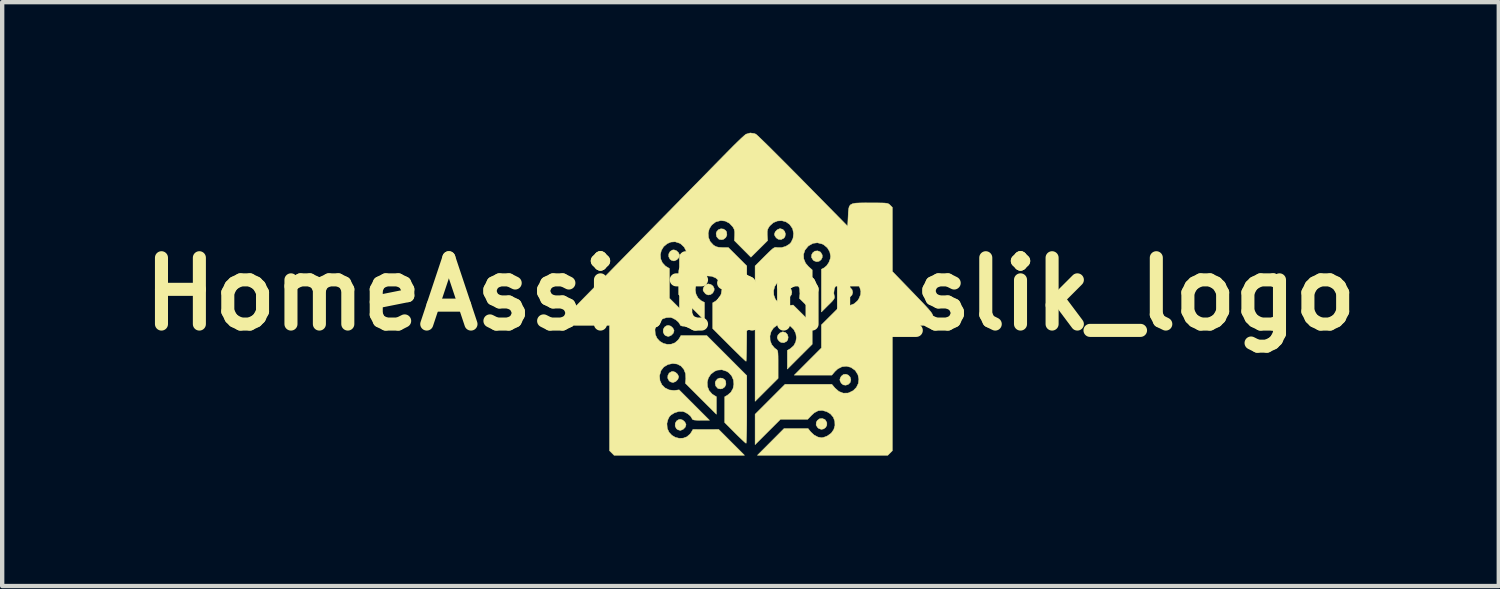
<source format=kicad_pcb>
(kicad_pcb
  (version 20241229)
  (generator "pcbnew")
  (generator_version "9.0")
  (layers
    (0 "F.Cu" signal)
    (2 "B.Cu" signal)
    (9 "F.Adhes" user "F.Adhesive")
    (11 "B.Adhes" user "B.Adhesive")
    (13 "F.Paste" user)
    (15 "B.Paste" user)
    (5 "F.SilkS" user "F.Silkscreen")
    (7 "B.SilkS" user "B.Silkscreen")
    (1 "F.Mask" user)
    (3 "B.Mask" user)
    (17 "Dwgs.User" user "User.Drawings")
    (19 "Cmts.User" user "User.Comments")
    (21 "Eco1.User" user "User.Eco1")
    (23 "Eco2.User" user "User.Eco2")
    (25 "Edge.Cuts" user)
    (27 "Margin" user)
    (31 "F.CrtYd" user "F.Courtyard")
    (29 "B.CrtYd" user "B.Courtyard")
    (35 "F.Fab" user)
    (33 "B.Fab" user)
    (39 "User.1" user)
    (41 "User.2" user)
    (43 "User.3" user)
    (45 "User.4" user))
  (footprint "HomeAssistant_slik_logo"
    (layer "F.Cu")
    (at 14.195 3.707)
    (property "Reference" "HomeAssistant_slik_logo" (at 0 0 0) (layer "F.SilkS") (effects (font (size 1.524 1.524) (thickness 0.3))))
    (attr through_hole)
    (fp_poly (pts (xy -0.64 1.936) (xy -0.589 1.971) (xy -0.57 2.003) (xy -0.564 2.072) (xy -0.59 2.131) (xy -0.642 2.171) (xy -0.688 2.18) (xy -0.735 2.172) (xy -0.754 2.164) (xy -0.799 2.111) (xy -0.812 2.044) (xy -0.801 2.001) (xy -0.759 1.951) (xy -0.701 1.929) (xy -0.64 1.936)) (stroke (width 0.01) (type solid)) (fill yes) (layer "F.SilkS"))
    (fp_poly (pts (xy -0.618 -1.493) (xy -0.568 -1.458) (xy -0.549 -1.426) (xy -0.542 -1.357) (xy -0.569 -1.298) (xy -0.621 -1.258) (xy -0.667 -1.249) (xy -0.714 -1.257) (xy -0.732 -1.265) (xy -0.777 -1.318) (xy -0.79 -1.385) (xy -0.78 -1.428) (xy -0.738 -1.478) (xy -0.679 -1.5) (xy -0.618 -1.493)) (stroke (width 0.01) (type solid)) (fill yes) (layer "F.SilkS"))
    (fp_poly (pts (xy 0.744 -1.485) (xy 0.785 -1.44) (xy 0.803 -1.381) (xy 0.792 -1.32) (xy 0.766 -1.284) (xy 0.703 -1.252) (xy 0.638 -1.26) (xy 0.593 -1.291) (xy 0.561 -1.337) (xy 0.55 -1.376) (xy 0.569 -1.43) (xy 0.614 -1.477) (xy 0.67 -1.502) (xy 0.685 -1.503) (xy 0.744 -1.485)) (stroke (width 0.01) (type solid)) (fill yes) (layer "F.SilkS"))
    (fp_poly (pts (xy 0.808 0.886) (xy 0.849 0.931) (xy 0.866 0.99) (xy 0.856 1.05) (xy 0.829 1.087) (xy 0.767 1.118) (xy 0.701 1.111) (xy 0.656 1.079) (xy 0.624 1.033) (xy 0.614 0.995) (xy 0.632 0.941) (xy 0.677 0.894) (xy 0.734 0.869) (xy 0.748 0.868) (xy 0.808 0.886)) (stroke (width 0.01) (type solid)) (fill yes) (layer "F.SilkS"))
    (fp_poly (pts (xy 0.892 -0.151) (xy 0.933 -0.106) (xy 0.951 -0.047) (xy 0.94 0.013) (xy 0.914 0.05) (xy 0.852 0.081) (xy 0.786 0.073) (xy 0.741 0.042) (xy 0.709 -0.004) (xy 0.699 -0.042) (xy 0.717 -0.096) (xy 0.762 -0.143) (xy 0.819 -0.168) (xy 0.833 -0.169) (xy 0.892 -0.151)) (stroke (width 0.01) (type solid)) (fill yes) (layer "F.SilkS"))
    (fp_poly (pts (xy 1.601 -0.97) (xy 1.616 -0.956) (xy 1.649 -0.897) (xy 1.648 -0.838) (xy 1.621 -0.788) (xy 1.576 -0.754) (xy 1.521 -0.744) (xy 1.462 -0.764) (xy 1.439 -0.783) (xy 1.402 -0.842) (xy 1.406 -0.904) (xy 1.43 -0.948) (xy 1.479 -0.986) (xy 1.542 -0.993) (xy 1.601 -0.97)) (stroke (width 0.01) (type solid)) (fill yes) (layer "F.SilkS"))
    (fp_poly (pts (xy 1.707 2.882) (xy 1.722 2.896) (xy 1.755 2.956) (xy 1.754 3.014) (xy 1.727 3.064) (xy 1.682 3.098) (xy 1.627 3.109) (xy 1.568 3.088) (xy 1.545 3.069) (xy 1.508 3.011) (xy 1.512 2.948) (xy 1.536 2.905) (xy 1.585 2.867) (xy 1.648 2.859) (xy 1.707 2.882)) (stroke (width 0.01) (type solid)) (fill yes) (layer "F.SilkS"))
    (fp_poly (pts (xy -1.832 0.737) (xy -1.784 0.78) (xy -1.758 0.833) (xy -1.757 0.847) (xy -1.775 0.901) (xy -1.82 0.947) (xy -1.877 0.972) (xy -1.891 0.974) (xy -1.944 0.958) (xy -1.976 0.935) (xy -2.006 0.875) (xy -2.004 0.812) (xy -1.974 0.758) (xy -1.922 0.725) (xy -1.887 0.72) (xy -1.832 0.737)) (stroke (width 0.01) (type solid)) (fill yes) (layer "F.SilkS"))
    (fp_poly (pts (xy -1.727 1.796) (xy -1.678 1.839) (xy -1.652 1.892) (xy -1.651 1.905) (xy -1.669 1.959) (xy -1.714 2.006) (xy -1.771 2.031) (xy -1.785 2.032) (xy -1.839 2.017) (xy -1.87 1.993) (xy -1.901 1.934) (xy -1.898 1.871) (xy -1.869 1.816) (xy -1.816 1.783) (xy -1.782 1.778) (xy -1.727 1.796)) (stroke (width 0.01) (type solid)) (fill yes) (layer "F.SilkS"))
    (fp_poly (pts (xy -1.705 -0.998) (xy -1.657 -0.955) (xy -1.631 -0.902) (xy -1.63 -0.889) (xy -1.648 -0.835) (xy -1.693 -0.788) (xy -1.75 -0.763) (xy -1.764 -0.762) (xy -1.817 -0.777) (xy -1.849 -0.801) (xy -1.879 -0.86) (xy -1.877 -0.923) (xy -1.847 -0.978) (xy -1.795 -1.011) (xy -1.76 -1.016) (xy -1.705 -0.998)) (stroke (width 0.01) (type solid)) (fill yes) (layer "F.SilkS"))
    (fp_poly (pts (xy -1.557 2.896) (xy -1.509 2.939) (xy -1.483 2.992) (xy -1.482 3.006) (xy -1.5 3.06) (xy -1.545 3.106) (xy -1.602 3.131) (xy -1.616 3.133) (xy -1.669 3.117) (xy -1.701 3.094) (xy -1.731 3.034) (xy -1.729 2.971) (xy -1.699 2.917) (xy -1.647 2.884) (xy -1.612 2.879) (xy -1.557 2.896)) (stroke (width 0.01) (type solid)) (fill yes) (layer "F.SilkS"))
    (fp_poly (pts (xy 2.248 1.863) (xy 2.29 1.908) (xy 2.307 1.972) (xy 2.307 1.972) (xy 2.29 2.033) (xy 2.247 2.075) (xy 2.19 2.094) (xy 2.131 2.086) (xy 2.086 2.048) (xy 2.061 2.001) (xy 2.053 1.968) (xy 2.065 1.927) (xy 2.086 1.889) (xy 2.135 1.849) (xy 2.193 1.842) (xy 2.248 1.863)) (stroke (width 0.01) (type solid)) (fill yes) (layer "F.SilkS"))
    (fp_poly (pts (xy 2.291 -0.148) (xy 2.333 -0.103) (xy 2.349 -0.039) (xy 2.349 -0.039) (xy 2.332 0.022) (xy 2.289 0.064) (xy 2.232 0.083) (xy 2.174 0.075) (xy 2.128 0.038) (xy 2.103 -0.01) (xy 2.095 -0.042) (xy 2.107 -0.084) (xy 2.128 -0.122) (xy 2.177 -0.162) (xy 2.235 -0.169) (xy 2.291 -0.148)) (stroke (width 0.01) (type solid)) (fill yes) (layer "F.SilkS"))
    (fp_poly (pts (xy -0.911 -0.22) (xy -0.862 -0.183) (xy -0.835 -0.13) (xy -0.835 -0.088) (xy -0.867 -0.025) (xy -0.917 0.012) (xy -0.975 0.021) (xy -1.03 -0.004) (xy -1.041 -0.016) (xy -1.073 -0.057) (xy -1.088 -0.079) (xy -1.089 -0.117) (xy -1.07 -0.166) (xy -1.039 -0.208) (xy -1.029 -0.217) (xy -0.971 -0.234) (xy -0.911 -0.22)) (stroke (width 0.01) (type solid)) (fill yes) (layer "F.SilkS"))
    (fp_poly (pts (xy 0.091 -3.688) (xy 0.123 -3.674) (xy 0.147 -3.655) (xy 0.198 -3.607) (xy 0.274 -3.534) (xy 0.372 -3.439) (xy 0.489 -3.323) (xy 0.622 -3.19) (xy 0.77 -3.042) (xy 0.93 -2.881) (xy 1.099 -2.711) (xy 1.206 -2.602) (xy 2.233 -1.559) (xy 2.244 -1.787) (xy 2.248 -1.885) (xy 2.256 -1.959) (xy 2.27 -2.014) (xy 2.298 -2.051) (xy 2.344 -2.075) (xy 2.413 -2.089) (xy 2.51 -2.094) (xy 2.641 -2.096) (xy 2.755 -2.095) (xy 2.894 -2.095) (xy 2.998 -2.094) (xy 3.072 -2.092) (xy 3.123 -2.087) (xy 3.156 -2.08) (xy 3.18 -2.068) (xy 3.199 -2.053) (xy 3.208 -2.044) (xy 3.26 -1.992) (xy 3.26 -1.255) (xy 3.261 -0.519) (xy 3.726 -0.038) (xy 3.856 0.097) (xy 3.959 0.204) (xy 4.039 0.289) (xy 4.098 0.355) (xy 4.14 0.405) (xy 4.167 0.443) (xy 4.182 0.472) (xy 4.189 0.496) (xy 4.191 0.519) (xy 4.178 0.59) (xy 4.135 0.652) (xy 4.129 0.658) (xy 4.067 0.72) (xy 3.26 0.72) (xy 3.26 2.16) (xy 3.26 3.6) (xy 3.156 3.704) (xy 0.159 3.704) (xy 0.466 3.397) (xy 0.772 3.09) (xy 1.047 3.09) (xy 1.323 3.09) (xy 1.384 3.167) (xy 1.46 3.238) (xy 1.55 3.286) (xy 1.633 3.302) (xy 1.681 3.293) (xy 1.744 3.27) (xy 1.767 3.26) (xy 1.856 3.196) (xy 1.914 3.113) (xy 1.941 3.019) (xy 1.937 2.922) (xy 1.903 2.83) (xy 1.838 2.753) (xy 1.754 2.702) (xy 1.649 2.673) (xy 1.556 2.68) (xy 1.467 2.727) (xy 1.403 2.785) (xy 1.313 2.879) (xy 0.688 2.879) (xy 0.397 3.169) (xy 0.106 3.46) (xy 0.106 2.762) (xy 0.45 2.418) (xy 0.794 2.074) (xy 1.869 2.074) (xy 1.941 2.159) (xy 2.031 2.238) (xy 2.131 2.277) (xy 2.237 2.275) (xy 2.262 2.268) (xy 2.361 2.219) (xy 2.434 2.145) (xy 2.478 2.054) (xy 2.49 1.954) (xy 2.469 1.854) (xy 2.413 1.763) (xy 2.4 1.749) (xy 2.308 1.684) (xy 2.207 1.658) (xy 2.104 1.669) (xy 2.006 1.718) (xy 1.941 1.778) (xy 1.869 1.863) (xy 1.006 1.863) (xy 1.318 1.55) (xy 1.63 1.238) (xy 1.63 0.708) (xy 1.859 0.48) (xy 2.087 0.252) (xy 2.175 0.266) (xy 2.282 0.263) (xy 2.381 0.224) (xy 2.462 0.153) (xy 2.496 0.098) (xy 2.531 0.01) (xy 2.536 -0.065) (xy 2.513 -0.146) (xy 2.496 -0.183) (xy 2.442 -0.257) (xy 2.363 -0.317) (xy 2.276 -0.354) (xy 2.228 -0.36) (xy 2.128 -0.341) (xy 2.04 -0.289) (xy 1.97 -0.213) (xy 1.926 -0.121) (xy 1.914 -0.022) (xy 1.923 0.03) (xy 1.93 0.063) (xy 1.928 0.091) (xy 1.912 0.122) (xy 1.878 0.164) (xy 1.819 0.224) (xy 1.786 0.256) (xy 1.63 0.412) (xy 1.63 -0.57) (xy 1.693 -0.603) (xy 1.753 -0.654) (xy 1.803 -0.73) (xy 1.835 -0.818) (xy 1.841 -0.872) (xy 1.821 -0.973) (xy 1.766 -1.064) (xy 1.684 -1.133) (xy 1.648 -1.151) (xy 1.537 -1.179) (xy 1.436 -1.166) (xy 1.34 -1.112) (xy 1.323 -1.098) (xy 1.252 -1.011) (xy 1.219 -0.912) (xy 1.224 -0.81) (xy 1.265 -0.71) (xy 1.332 -0.632) (xy 1.418 -0.555) (xy 1.418 -0.082) (xy 1.418 0.39) (xy 1.272 0.245) (xy 1.125 0.1) (xy 1.136 -0.008) (xy 1.129 -0.125) (xy 1.086 -0.221) (xy 1.005 -0.298) (xy 0.982 -0.312) (xy 0.88 -0.352) (xy 0.781 -0.352) (xy 0.699 -0.323) (xy 0.612 -0.258) (xy 0.556 -0.173) (xy 0.531 -0.077) (xy 0.536 0.023) (xy 0.571 0.118) (xy 0.638 0.198) (xy 0.699 0.239) (xy 0.768 0.264) (xy 0.847 0.267) (xy 0.877 0.264) (xy 0.981 0.252) (xy 1.2 0.469) (xy 1.418 0.687) (xy 1.418 0.921) (xy 1.418 1.154) (xy 1.132 1.439) (xy 0.847 1.724) (xy 0.847 1.295) (xy 0.917 1.254) (xy 0.994 1.186) (xy 1.04 1.1) (xy 1.056 1.003) (xy 1.041 0.904) (xy 0.995 0.814) (xy 0.921 0.74) (xy 0.897 0.725) (xy 0.795 0.685) (xy 0.697 0.685) (xy 0.614 0.714) (xy 0.529 0.778) (xy 0.473 0.864) (xy 0.447 0.962) (xy 0.451 1.064) (xy 0.486 1.159) (xy 0.552 1.239) (xy 0.581 1.261) (xy 0.602 1.275) (xy 0.616 1.292) (xy 0.626 1.318) (xy 0.631 1.361) (xy 0.634 1.427) (xy 0.635 1.523) (xy 0.635 1.617) (xy 0.635 1.937) (xy 0.37 2.201) (xy 0.106 2.465) (xy 0.106 -0.646) (xy 0.325 -0.865) (xy 0.41 -0.949) (xy 0.472 -1.008) (xy 0.516 -1.046) (xy 0.549 -1.066) (xy 0.576 -1.073) (xy 0.605 -1.071) (xy 0.622 -1.068) (xy 0.716 -1.068) (xy 0.813 -1.097) (xy 0.897 -1.149) (xy 0.934 -1.189) (xy 0.978 -1.284) (xy 0.99 -1.392) (xy 0.97 -1.496) (xy 0.963 -1.511) (xy 0.9 -1.601) (xy 0.816 -1.66) (xy 0.72 -1.686) (xy 0.621 -1.68) (xy 0.526 -1.642) (xy 0.445 -1.569) (xy 0.427 -1.545) (xy 0.397 -1.492) (xy 0.385 -1.437) (xy 0.385 -1.363) (xy 0.386 -1.35) (xy 0.394 -1.229) (xy 0.01 -0.847) (xy -0.18 -1.038) (xy -0.37 -1.229) (xy -0.364 -1.35) (xy -0.363 -1.43) (xy -0.375 -1.488) (xy -0.405 -1.543) (xy -0.406 -1.545) (xy -0.484 -1.628) (xy -0.579 -1.677) (xy -0.683 -1.689) (xy -0.788 -1.662) (xy -0.805 -1.654) (xy -0.891 -1.587) (xy -0.947 -1.5) (xy -0.972 -1.401) (xy -0.965 -1.3) (xy -0.925 -1.205) (xy -0.852 -1.126) (xy -0.844 -1.12) (xy -0.79 -1.089) (xy -0.728 -1.074) (xy -0.642 -1.069) (xy -0.641 -1.069) (xy -0.509 -1.069) (xy -0.297 -0.858) (xy -0.085 -0.646) (xy -0.085 0.449) (xy -0.085 0.66) (xy -0.086 0.858) (xy -0.087 1.038) (xy -0.089 1.197) (xy -0.091 1.331) (xy -0.094 1.436) (xy -0.097 1.508) (xy -0.1 1.542) (xy -0.101 1.545) (xy -0.12 1.531) (xy -0.164 1.49) (xy -0.23 1.428) (xy -0.312 1.347) (xy -0.408 1.253) (xy -0.492 1.169) (xy -0.868 0.793) (xy -0.868 0.497) (xy -0.868 0.201) (xy -0.805 0.165) (xy -0.726 0.097) (xy -0.675 0.003) (xy -0.656 -0.107) (xy -0.656 -0.108) (xy -0.675 -0.216) (xy -0.725 -0.305) (xy -0.799 -0.371) (xy -0.89 -0.409) (xy -0.99 -0.417) (xy -1.091 -0.39) (xy -1.143 -0.36) (xy -1.215 -0.286) (xy -1.256 -0.195) (xy -1.269 -0.096) (xy -1.252 0.001) (xy -1.207 0.087) (xy -1.135 0.152) (xy -1.123 0.158) (xy -1.058 0.192) (xy -1.058 0.603) (xy -1.355 0.307) (xy -1.651 0.011) (xy -1.651 -0.288) (xy -1.651 -0.406) (xy -1.649 -0.489) (xy -1.646 -0.544) (xy -1.638 -0.579) (xy -1.626 -0.6) (xy -1.608 -0.616) (xy -1.597 -0.623) (xy -1.52 -0.696) (xy -1.475 -0.787) (xy -1.461 -0.888) (xy -1.477 -0.988) (xy -1.523 -1.079) (xy -1.599 -1.151) (xy -1.63 -1.169) (xy -1.732 -1.202) (xy -1.83 -1.195) (xy -1.913 -1.159) (xy -1.996 -1.09) (xy -2.048 -1.003) (xy -2.071 -0.906) (xy -2.063 -0.808) (xy -2.024 -0.718) (xy -1.955 -0.644) (xy -1.933 -0.63) (xy -1.863 -0.588) (xy -1.863 0.095) (xy -1.54 0.418) (xy -1.218 0.741) (xy -1.412 0.741) (xy -1.504 0.74) (xy -1.563 0.736) (xy -1.596 0.728) (xy -1.613 0.713) (xy -1.619 0.699) (xy -1.654 0.645) (xy -1.715 0.592) (xy -1.788 0.552) (xy -1.832 0.538) (xy -1.924 0.539) (xy -2.02 0.569) (xy -2.103 0.62) (xy -2.141 0.661) (xy -2.173 0.725) (xy -2.193 0.804) (xy -2.195 0.823) (xy -2.187 0.928) (xy -2.147 1.016) (xy -2.084 1.085) (xy -2.003 1.133) (xy -1.913 1.156) (xy -1.822 1.152) (xy -1.735 1.12) (xy -1.661 1.055) (xy -1.633 1.014) (xy -1.598 0.953) (xy -1.302 0.953) (xy -1.005 0.953) (xy -0.545 1.413) (xy -0.085 1.874) (xy -0.085 2.651) (xy -0.085 2.828) (xy -0.086 2.991) (xy -0.088 3.135) (xy -0.091 3.255) (xy -0.094 3.347) (xy -0.097 3.407) (xy -0.101 3.429) (xy -0.101 3.429) (xy -0.121 3.415) (xy -0.165 3.375) (xy -0.227 3.316) (xy -0.304 3.242) (xy -0.355 3.191) (xy -0.593 2.952) (xy -0.592 2.36) (xy -0.529 2.324) (xy -0.45 2.257) (xy -0.401 2.17) (xy -0.382 2.072) (xy -0.392 1.973) (xy -0.432 1.88) (xy -0.501 1.804) (xy -0.551 1.773) (xy -0.657 1.739) (xy -0.76 1.748) (xy -0.826 1.775) (xy -0.912 1.842) (xy -0.968 1.928) (xy -0.994 2.025) (xy -0.988 2.125) (xy -0.952 2.218) (xy -0.883 2.296) (xy -0.848 2.32) (xy -0.783 2.359) (xy -0.783 2.762) (xy -1.14 2.406) (xy -1.496 2.05) (xy -1.486 1.946) (xy -1.492 1.828) (xy -1.531 1.729) (xy -1.596 1.654) (xy -1.683 1.608) (xy -1.786 1.595) (xy -1.895 1.618) (xy -1.992 1.675) (xy -2.057 1.759) (xy -2.088 1.869) (xy -2.09 1.881) (xy -2.08 1.99) (xy -2.036 2.085) (xy -1.963 2.157) (xy -1.868 2.203) (xy -1.759 2.215) (xy -1.735 2.213) (xy -1.64 2.201) (xy -1.291 2.551) (xy -0.942 2.9) (xy -1.137 2.9) (xy -1.229 2.899) (xy -1.288 2.895) (xy -1.321 2.887) (xy -1.338 2.872) (xy -1.344 2.858) (xy -1.378 2.804) (xy -1.44 2.751) (xy -1.513 2.711) (xy -1.557 2.697) (xy -1.649 2.698) (xy -1.745 2.728) (xy -1.828 2.779) (xy -1.866 2.82) (xy -1.897 2.884) (xy -1.918 2.963) (xy -1.92 2.982) (xy -1.912 3.087) (xy -1.872 3.175) (xy -1.809 3.244) (xy -1.728 3.292) (xy -1.638 3.315) (xy -1.546 3.311) (xy -1.46 3.279) (xy -1.386 3.214) (xy -1.358 3.173) (xy -1.323 3.112) (xy -0.73 3.111) (xy -0.434 3.408) (xy -0.138 3.704) (xy -3.135 3.704) (xy -3.239 3.6) (xy -3.239 0.72) (xy -4.046 0.72) (xy -4.108 0.658) (xy -4.154 0.597) (xy -4.17 0.529) (xy -4.17 0.517) (xy -4.168 0.492) (xy -4.162 0.467) (xy -4.146 0.437) (xy -4.119 0.4) (xy -4.077 0.351) (xy -4.017 0.286) (xy -3.936 0.201) (xy -3.83 0.092) (xy -3.751 0.012) (xy -3.67 -0.071) (xy -3.561 -0.181) (xy -3.429 -0.315) (xy -3.276 -0.47) (xy -3.106 -0.644) (xy -2.92 -0.833) (xy -2.723 -1.034) (xy -2.516 -1.244) (xy -2.304 -1.46) (xy -2.089 -1.679) (xy -1.873 -1.898) (xy -1.661 -2.114) (xy -1.454 -2.325) (xy -1.256 -2.526) (xy -1.07 -2.715) (xy -0.899 -2.89) (xy -0.746 -3.046) (xy -0.613 -3.181) (xy -0.503 -3.293) (xy -0.487 -3.309) (xy -0.388 -3.409) (xy -0.296 -3.499) (xy -0.216 -3.576) (xy -0.152 -3.634) (xy -0.111 -3.668) (xy -0.102 -3.674) (xy -0.006 -3.702) (xy 0.091 -3.688)) (stroke (width 0.01) (type solid)) (fill yes) (layer "F.SilkS")))
  (gr_rect
    (start -3 -3)
    (end 31.39 10.416)
    (stroke (width 0.1) (type default))
    (fill no)
    (layer "Edge.Cuts")))
</source>
